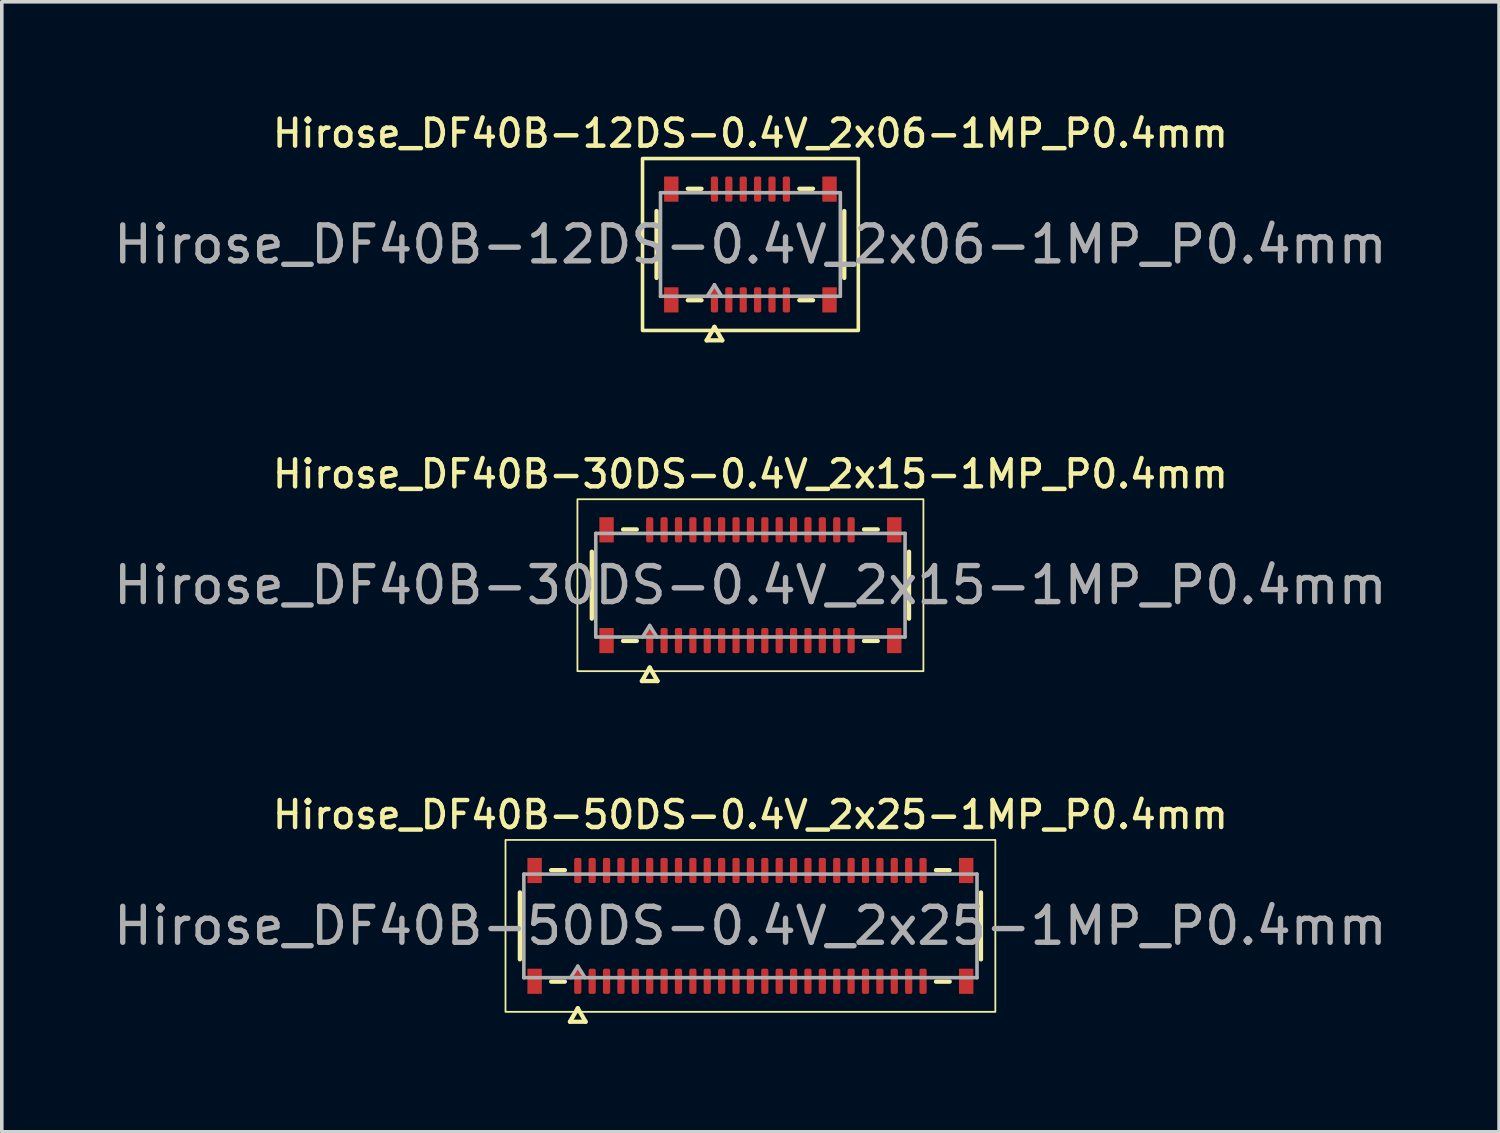
<source format=kicad_pcb>
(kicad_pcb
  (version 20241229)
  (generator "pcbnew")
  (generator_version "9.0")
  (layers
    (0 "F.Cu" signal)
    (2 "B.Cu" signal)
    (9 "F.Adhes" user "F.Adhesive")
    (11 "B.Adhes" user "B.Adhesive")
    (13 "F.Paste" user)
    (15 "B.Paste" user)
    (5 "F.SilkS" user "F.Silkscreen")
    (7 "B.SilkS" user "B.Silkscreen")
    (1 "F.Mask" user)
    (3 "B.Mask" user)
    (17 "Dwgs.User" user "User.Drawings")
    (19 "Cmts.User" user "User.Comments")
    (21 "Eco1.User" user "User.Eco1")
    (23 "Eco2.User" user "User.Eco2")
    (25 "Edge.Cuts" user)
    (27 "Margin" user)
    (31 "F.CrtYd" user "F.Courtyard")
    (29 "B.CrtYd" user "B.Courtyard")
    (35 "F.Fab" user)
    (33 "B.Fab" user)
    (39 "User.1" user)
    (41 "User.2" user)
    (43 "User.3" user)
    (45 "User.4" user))
  (footprint "Hirose_DF40B-30DS-0.4V_2x15-1MP_P0.4mm"
    (layer "F.Cu")
    (at 17.815 13.221)
    (property "Reference" "Hirose_DF40B-30DS-0.4V_2x15-1MP_P0.4mm" (at 0 -3.09 0) (layer "F.SilkS") (effects (font (size 0.75 0.75) (thickness 0.125))))
    (attr smd)
    (fp_line (start -4.41 0.93) (end -4.41 -0.93) (stroke (width 0.12) (type solid)) (layer "F.SilkS"))
    (fp_line (start -3.54 -1.55) (end -3.16 -1.55) (stroke (width 0.12) (type solid)) (layer "F.SilkS"))
    (fp_line (start -3.16 1.55) (end -3.54 1.55) (stroke (width 0.12) (type solid)) (layer "F.SilkS"))
    (fp_line (start -3.017 2.665) (end -2.8 2.29) (stroke (width 0.12) (type solid)) (layer "F.SilkS"))
    (fp_line (start -2.8 2.29) (end -2.583 2.665) (stroke (width 0.12) (type solid)) (layer "F.SilkS"))
    (fp_line (start -2.583 2.665) (end -3.017 2.665) (stroke (width 0.12) (type solid)) (layer "F.SilkS"))
    (fp_line (start 3.16 -1.55) (end 3.54 -1.55) (stroke (width 0.12) (type solid)) (layer "F.SilkS"))
    (fp_line (start 3.54 1.55) (end 3.16 1.55) (stroke (width 0.12) (type solid)) (layer "F.SilkS"))
    (fp_line (start 4.41 -0.93) (end 4.41 0.93) (stroke (width 0.12) (type solid)) (layer "F.SilkS"))
    (fp_rect (start -4.81 -2.39) (end 4.81 2.39) (stroke (width 0.05) (type solid)) (fill no) (layer "F.SilkS"))
    (fp_line (start -4.3 -1.44) (end 4.3 -1.44) (stroke (width 0.1) (type solid)) (layer "F.Fab"))
    (fp_line (start -4.3 1.44) (end -4.3 -1.44) (stroke (width 0.1) (type solid)) (layer "F.Fab"))
    (fp_line (start -3 1.44) (end -2.8 1.12) (stroke (width 0.1) (type solid)) (layer "F.Fab"))
    (fp_line (start -2.8 1.12) (end -2.6 1.44) (stroke (width 0.1) (type solid)) (layer "F.Fab"))
    (fp_line (start 4.3 -1.44) (end 4.3 1.44) (stroke (width 0.1) (type solid)) (layer "F.Fab"))
    (fp_line (start 4.3 1.44) (end -4.3 1.44) (stroke (width 0.1) (type solid)) (layer "F.Fab"))
    (fp_text user "${REFERENCE}" (at 0 0 0) (layer "F.Fab") (effects (font (size 1 1) (thickness 0.15))))
    (pad "1" smd roundrect (at -2.8 1.54) (size 0.2 0.7) (layers "F.Cu" "F.Mask" "F.Paste") (roundrect_rratio 0.25))
    (pad "2" smd roundrect (at -2.8 -1.54) (size 0.2 0.7) (layers "F.Cu" "F.Mask" "F.Paste") (roundrect_rratio 0.25))
    (pad "3" smd roundrect (at -2.4 1.54) (size 0.2 0.7) (layers "F.Cu" "F.Mask" "F.Paste") (roundrect_rratio 0.25))
    (pad "4" smd roundrect (at -2.4 -1.54) (size 0.2 0.7) (layers "F.Cu" "F.Mask" "F.Paste") (roundrect_rratio 0.25))
    (pad "5" smd roundrect (at -2 1.54) (size 0.2 0.7) (layers "F.Cu" "F.Mask" "F.Paste") (roundrect_rratio 0.25))
    (pad "6" smd roundrect (at -2 -1.54) (size 0.2 0.7) (layers "F.Cu" "F.Mask" "F.Paste") (roundrect_rratio 0.25))
    (pad "7" smd roundrect (at -1.6 1.54) (size 0.2 0.7) (layers "F.Cu" "F.Mask" "F.Paste") (roundrect_rratio 0.25))
    (pad "8" smd roundrect (at -1.6 -1.54) (size 0.2 0.7) (layers "F.Cu" "F.Mask" "F.Paste") (roundrect_rratio 0.25))
    (pad "9" smd roundrect (at -1.2 1.54) (size 0.2 0.7) (layers "F.Cu" "F.Mask" "F.Paste") (roundrect_rratio 0.25))
    (pad "10" smd roundrect (at -1.2 -1.54) (size 0.2 0.7) (layers "F.Cu" "F.Mask" "F.Paste") (roundrect_rratio 0.25))
    (pad "11" smd roundrect (at -0.8 1.54) (size 0.2 0.7) (layers "F.Cu" "F.Mask" "F.Paste") (roundrect_rratio 0.25))
    (pad "12" smd roundrect (at -0.8 -1.54) (size 0.2 0.7) (layers "F.Cu" "F.Mask" "F.Paste") (roundrect_rratio 0.25))
    (pad "13" smd roundrect (at -0.4 1.54) (size 0.2 0.7) (layers "F.Cu" "F.Mask" "F.Paste") (roundrect_rratio 0.25))
    (pad "14" smd roundrect (at -0.4 -1.54) (size 0.2 0.7) (layers "F.Cu" "F.Mask" "F.Paste") (roundrect_rratio 0.25))
    (pad "15" smd roundrect (at 0 1.54) (size 0.2 0.7) (layers "F.Cu" "F.Mask" "F.Paste") (roundrect_rratio 0.25))
    (pad "16" smd roundrect (at 0 -1.54) (size 0.2 0.7) (layers "F.Cu" "F.Mask" "F.Paste") (roundrect_rratio 0.25))
    (pad "17" smd roundrect (at 0.4 1.54) (size 0.2 0.7) (layers "F.Cu" "F.Mask" "F.Paste") (roundrect_rratio 0.25))
    (pad "18" smd roundrect (at 0.4 -1.54) (size 0.2 0.7) (layers "F.Cu" "F.Mask" "F.Paste") (roundrect_rratio 0.25))
    (pad "19" smd roundrect (at 0.8 1.54) (size 0.2 0.7) (layers "F.Cu" "F.Mask" "F.Paste") (roundrect_rratio 0.25))
    (pad "20" smd roundrect (at 0.8 -1.54) (size 0.2 0.7) (layers "F.Cu" "F.Mask" "F.Paste") (roundrect_rratio 0.25))
    (pad "21" smd roundrect (at 1.2 1.54) (size 0.2 0.7) (layers "F.Cu" "F.Mask" "F.Paste") (roundrect_rratio 0.25))
    (pad "22" smd roundrect (at 1.2 -1.54) (size 0.2 0.7) (layers "F.Cu" "F.Mask" "F.Paste") (roundrect_rratio 0.25))
    (pad "23" smd roundrect (at 1.6 1.54) (size 0.2 0.7) (layers "F.Cu" "F.Mask" "F.Paste") (roundrect_rratio 0.25))
    (pad "24" smd roundrect (at 1.6 -1.54) (size 0.2 0.7) (layers "F.Cu" "F.Mask" "F.Paste") (roundrect_rratio 0.25))
    (pad "25" smd roundrect (at 2 1.54) (size 0.2 0.7) (layers "F.Cu" "F.Mask" "F.Paste") (roundrect_rratio 0.25))
    (pad "26" smd roundrect (at 2 -1.54) (size 0.2 0.7) (layers "F.Cu" "F.Mask" "F.Paste") (roundrect_rratio 0.25))
    (pad "27" smd roundrect (at 2.4 1.54) (size 0.2 0.7) (layers "F.Cu" "F.Mask" "F.Paste") (roundrect_rratio 0.25))
    (pad "28" smd roundrect (at 2.4 -1.54) (size 0.2 0.7) (layers "F.Cu" "F.Mask" "F.Paste") (roundrect_rratio 0.25))
    (pad "29" smd roundrect (at 2.8 1.54) (size 0.2 0.7) (layers "F.Cu" "F.Mask" "F.Paste") (roundrect_rratio 0.25))
    (pad "30" smd roundrect (at 2.8 -1.54) (size 0.2 0.7) (layers "F.Cu" "F.Mask" "F.Paste") (roundrect_rratio 0.25))
    (pad "MP" smd rect (at -4 -1.54) (size 0.4 0.7) (layers "F.Cu" "F.Mask" "F.Paste"))
    (pad "MP" smd rect (at -4 1.54) (size 0.4 0.7) (layers "F.Cu" "F.Mask" "F.Paste"))
    (pad "MP" smd rect (at 4 -1.54) (size 0.4 0.7) (layers "F.Cu" "F.Mask" "F.Paste"))
    (pad "MP" smd rect (at 4 1.54) (size 0.4 0.7) (layers "F.Cu" "F.Mask" "F.Paste")))
  (footprint "Hirose_DF40B-12DS-0.4V_2x06-1MP_P0.4mm"
    (layer "F.Cu")
    (at 17.815 3.748)
    (property "Reference" "Hirose_DF40B-12DS-0.4V_2x06-1MP_P0.4mm" (at 0 -3.09 0) (layer "F.SilkS") (effects (font (size 0.75 0.75) (thickness 0.125))))
    (attr smd)
    (fp_line (start -2.61 0.93) (end -2.61 -0.93) (stroke (width 0.12) (type solid)) (layer "F.SilkS"))
    (fp_line (start -1.74 -1.55) (end -1.36 -1.55) (stroke (width 0.12) (type solid)) (layer "F.SilkS"))
    (fp_line (start -1.36 1.55) (end -1.74 1.55) (stroke (width 0.12) (type solid)) (layer "F.SilkS"))
    (fp_line (start -1.217 2.665) (end -1 2.29) (stroke (width 0.12) (type solid)) (layer "F.SilkS"))
    (fp_line (start -1 2.29) (end -0.783 2.665) (stroke (width 0.12) (type solid)) (layer "F.SilkS"))
    (fp_line (start -0.783 2.665) (end -1.217 2.665) (stroke (width 0.12) (type solid)) (layer "F.SilkS"))
    (fp_line (start 1.36 -1.55) (end 1.74 -1.55) (stroke (width 0.12) (type solid)) (layer "F.SilkS"))
    (fp_line (start 1.74 1.55) (end 1.36 1.55) (stroke (width 0.12) (type solid)) (layer "F.SilkS"))
    (fp_line (start 2.61 -0.93) (end 2.61 0.93) (stroke (width 0.12) (type solid)) (layer "F.SilkS"))
    (fp_rect (start -3 -2.39) (end 3 2.39) (stroke (width 0.1) (type solid)) (fill no) (layer "F.SilkS"))
    (fp_line (start -2.5 -1.44) (end 2.5 -1.44) (stroke (width 0.1) (type solid)) (layer "F.Fab"))
    (fp_line (start -2.5 1.44) (end -2.5 -1.44) (stroke (width 0.1) (type solid)) (layer "F.Fab"))
    (fp_line (start -1.2 1.44) (end -1 1.12) (stroke (width 0.1) (type solid)) (layer "F.Fab"))
    (fp_line (start -1 1.12) (end -0.8 1.44) (stroke (width 0.1) (type solid)) (layer "F.Fab"))
    (fp_line (start 2.5 -1.44) (end 2.5 1.44) (stroke (width 0.1) (type solid)) (layer "F.Fab"))
    (fp_line (start 2.5 1.44) (end -2.5 1.44) (stroke (width 0.1) (type solid)) (layer "F.Fab"))
    (fp_text user "${REFERENCE}" (at 0 0 0) (layer "F.Fab") (effects (font (size 1 1) (thickness 0.15))))
    (pad "1" smd roundrect (at -1 1.54) (size 0.2 0.7) (layers "F.Cu" "F.Mask" "F.Paste") (roundrect_rratio 0.25))
    (pad "2" smd roundrect (at -1 -1.54) (size 0.2 0.7) (layers "F.Cu" "F.Mask" "F.Paste") (roundrect_rratio 0.25))
    (pad "3" smd roundrect (at -0.6 1.54) (size 0.2 0.7) (layers "F.Cu" "F.Mask" "F.Paste") (roundrect_rratio 0.25))
    (pad "4" smd roundrect (at -0.6 -1.54) (size 0.2 0.7) (layers "F.Cu" "F.Mask" "F.Paste") (roundrect_rratio 0.25))
    (pad "5" smd roundrect (at -0.2 1.54) (size 0.2 0.7) (layers "F.Cu" "F.Mask" "F.Paste") (roundrect_rratio 0.25))
    (pad "6" smd roundrect (at -0.2 -1.54) (size 0.2 0.7) (layers "F.Cu" "F.Mask" "F.Paste") (roundrect_rratio 0.25))
    (pad "7" smd roundrect (at 0.2 1.54) (size 0.2 0.7) (layers "F.Cu" "F.Mask" "F.Paste") (roundrect_rratio 0.25))
    (pad "8" smd roundrect (at 0.2 -1.54) (size 0.2 0.7) (layers "F.Cu" "F.Mask" "F.Paste") (roundrect_rratio 0.25))
    (pad "9" smd roundrect (at 0.6 1.54) (size 0.2 0.7) (layers "F.Cu" "F.Mask" "F.Paste") (roundrect_rratio 0.25))
    (pad "10" smd roundrect (at 0.6 -1.54) (size 0.2 0.7) (layers "F.Cu" "F.Mask" "F.Paste") (roundrect_rratio 0.25))
    (pad "11" smd roundrect (at 1 1.54) (size 0.2 0.7) (layers "F.Cu" "F.Mask" "F.Paste") (roundrect_rratio 0.25))
    (pad "12" smd roundrect (at 1 -1.54) (size 0.2 0.7) (layers "F.Cu" "F.Mask" "F.Paste") (roundrect_rratio 0.25))
    (pad "MP" smd rect (at -2.2 -1.54) (size 0.4 0.7) (layers "F.Cu" "F.Mask" "F.Paste"))
    (pad "MP" smd rect (at -2.2 1.54) (size 0.4 0.7) (layers "F.Cu" "F.Mask" "F.Paste"))
    (pad "MP" smd rect (at 2.2 -1.54) (size 0.4 0.7) (layers "F.Cu" "F.Mask" "F.Paste"))
    (pad "MP" smd rect (at 2.2 1.54) (size 0.4 0.7) (layers "F.Cu" "F.Mask" "F.Paste")))
  (footprint "Hirose_DF40B-50DS-0.4V_2x25-1MP_P0.4mm"
    (layer "F.Cu")
    (at 17.815 22.694)
    (property "Reference" "Hirose_DF40B-50DS-0.4V_2x25-1MP_P0.4mm" (at 0 -3.09 0) (layer "F.SilkS") (effects (font (size 0.75 0.75) (thickness 0.125))))
    (attr smd)
    (fp_line (start -6.41 0.93) (end -6.41 -0.93) (stroke (width 0.12) (type solid)) (layer "F.SilkS"))
    (fp_line (start -5.54 -1.55) (end -5.16 -1.55) (stroke (width 0.12) (type solid)) (layer "F.SilkS"))
    (fp_line (start -5.16 1.55) (end -5.54 1.55) (stroke (width 0.12) (type solid)) (layer "F.SilkS"))
    (fp_line (start -5.017 2.665) (end -4.8 2.29) (stroke (width 0.12) (type solid)) (layer "F.SilkS"))
    (fp_line (start -4.8 2.29) (end -4.583 2.665) (stroke (width 0.12) (type solid)) (layer "F.SilkS"))
    (fp_line (start -4.583 2.665) (end -5.017 2.665) (stroke (width 0.12) (type solid)) (layer "F.SilkS"))
    (fp_line (start 5.16 -1.55) (end 5.54 -1.55) (stroke (width 0.12) (type solid)) (layer "F.SilkS"))
    (fp_line (start 5.54 1.55) (end 5.16 1.55) (stroke (width 0.12) (type solid)) (layer "F.SilkS"))
    (fp_line (start 6.41 -0.93) (end 6.41 0.93) (stroke (width 0.12) (type solid)) (layer "F.SilkS"))
    (fp_rect (start -6.81 -2.39) (end 6.81 2.39) (stroke (width 0.05) (type solid)) (fill no) (layer "F.SilkS"))
    (fp_line (start -6.3 -1.44) (end 6.3 -1.44) (stroke (width 0.1) (type solid)) (layer "F.Fab"))
    (fp_line (start -6.3 1.44) (end -6.3 -1.44) (stroke (width 0.1) (type solid)) (layer "F.Fab"))
    (fp_line (start -5 1.44) (end -4.8 1.12) (stroke (width 0.1) (type solid)) (layer "F.Fab"))
    (fp_line (start -4.8 1.12) (end -4.6 1.44) (stroke (width 0.1) (type solid)) (layer "F.Fab"))
    (fp_line (start 6.3 -1.44) (end 6.3 1.44) (stroke (width 0.1) (type solid)) (layer "F.Fab"))
    (fp_line (start 6.3 1.44) (end -6.3 1.44) (stroke (width 0.1) (type solid)) (layer "F.Fab"))
    (fp_text user "${REFERENCE}" (at 0 0 0) (layer "F.Fab") (effects (font (size 1 1) (thickness 0.15))))
    (pad "1" smd roundrect (at -4.8 1.54) (size 0.2 0.7) (layers "F.Cu" "F.Mask" "F.Paste") (roundrect_rratio 0.25))
    (pad "2" smd roundrect (at -4.8 -1.54) (size 0.2 0.7) (layers "F.Cu" "F.Mask" "F.Paste") (roundrect_rratio 0.25))
    (pad "3" smd roundrect (at -4.4 1.54) (size 0.2 0.7) (layers "F.Cu" "F.Mask" "F.Paste") (roundrect_rratio 0.25))
    (pad "4" smd roundrect (at -4.4 -1.54) (size 0.2 0.7) (layers "F.Cu" "F.Mask" "F.Paste") (roundrect_rratio 0.25))
    (pad "5" smd roundrect (at -4 1.54) (size 0.2 0.7) (layers "F.Cu" "F.Mask" "F.Paste") (roundrect_rratio 0.25))
    (pad "6" smd roundrect (at -4 -1.54) (size 0.2 0.7) (layers "F.Cu" "F.Mask" "F.Paste") (roundrect_rratio 0.25))
    (pad "7" smd roundrect (at -3.6 1.54) (size 0.2 0.7) (layers "F.Cu" "F.Mask" "F.Paste") (roundrect_rratio 0.25))
    (pad "8" smd roundrect (at -3.6 -1.54) (size 0.2 0.7) (layers "F.Cu" "F.Mask" "F.Paste") (roundrect_rratio 0.25))
    (pad "9" smd roundrect (at -3.2 1.54) (size 0.2 0.7) (layers "F.Cu" "F.Mask" "F.Paste") (roundrect_rratio 0.25))
    (pad "10" smd roundrect (at -3.2 -1.54) (size 0.2 0.7) (layers "F.Cu" "F.Mask" "F.Paste") (roundrect_rratio 0.25))
    (pad "11" smd roundrect (at -2.8 1.54) (size 0.2 0.7) (layers "F.Cu" "F.Mask" "F.Paste") (roundrect_rratio 0.25))
    (pad "12" smd roundrect (at -2.8 -1.54) (size 0.2 0.7) (layers "F.Cu" "F.Mask" "F.Paste") (roundrect_rratio 0.25))
    (pad "13" smd roundrect (at -2.4 1.54) (size 0.2 0.7) (layers "F.Cu" "F.Mask" "F.Paste") (roundrect_rratio 0.25))
    (pad "14" smd roundrect (at -2.4 -1.54) (size 0.2 0.7) (layers "F.Cu" "F.Mask" "F.Paste") (roundrect_rratio 0.25))
    (pad "15" smd roundrect (at -2 1.54) (size 0.2 0.7) (layers "F.Cu" "F.Mask" "F.Paste") (roundrect_rratio 0.25))
    (pad "16" smd roundrect (at -2 -1.54) (size 0.2 0.7) (layers "F.Cu" "F.Mask" "F.Paste") (roundrect_rratio 0.25))
    (pad "17" smd roundrect (at -1.6 1.54) (size 0.2 0.7) (layers "F.Cu" "F.Mask" "F.Paste") (roundrect_rratio 0.25))
    (pad "18" smd roundrect (at -1.6 -1.54) (size 0.2 0.7) (layers "F.Cu" "F.Mask" "F.Paste") (roundrect_rratio 0.25))
    (pad "19" smd roundrect (at -1.2 1.54) (size 0.2 0.7) (layers "F.Cu" "F.Mask" "F.Paste") (roundrect_rratio 0.25))
    (pad "20" smd roundrect (at -1.2 -1.54) (size 0.2 0.7) (layers "F.Cu" "F.Mask" "F.Paste") (roundrect_rratio 0.25))
    (pad "21" smd roundrect (at -0.8 1.54) (size 0.2 0.7) (layers "F.Cu" "F.Mask" "F.Paste") (roundrect_rratio 0.25))
    (pad "22" smd roundrect (at -0.8 -1.54) (size 0.2 0.7) (layers "F.Cu" "F.Mask" "F.Paste") (roundrect_rratio 0.25))
    (pad "23" smd roundrect (at -0.4 1.54) (size 0.2 0.7) (layers "F.Cu" "F.Mask" "F.Paste") (roundrect_rratio 0.25))
    (pad "24" smd roundrect (at -0.4 -1.54) (size 0.2 0.7) (layers "F.Cu" "F.Mask" "F.Paste") (roundrect_rratio 0.25))
    (pad "25" smd roundrect (at 0 1.54) (size 0.2 0.7) (layers "F.Cu" "F.Mask" "F.Paste") (roundrect_rratio 0.25))
    (pad "26" smd roundrect (at 0 -1.54) (size 0.2 0.7) (layers "F.Cu" "F.Mask" "F.Paste") (roundrect_rratio 0.25))
    (pad "27" smd roundrect (at 0.4 1.54) (size 0.2 0.7) (layers "F.Cu" "F.Mask" "F.Paste") (roundrect_rratio 0.25))
    (pad "28" smd roundrect (at 0.4 -1.54) (size 0.2 0.7) (layers "F.Cu" "F.Mask" "F.Paste") (roundrect_rratio 0.25))
    (pad "29" smd roundrect (at 0.8 1.54) (size 0.2 0.7) (layers "F.Cu" "F.Mask" "F.Paste") (roundrect_rratio 0.25))
    (pad "30" smd roundrect (at 0.8 -1.54) (size 0.2 0.7) (layers "F.Cu" "F.Mask" "F.Paste") (roundrect_rratio 0.25))
    (pad "31" smd roundrect (at 1.2 1.54) (size 0.2 0.7) (layers "F.Cu" "F.Mask" "F.Paste") (roundrect_rratio 0.25))
    (pad "32" smd roundrect (at 1.2 -1.54) (size 0.2 0.7) (layers "F.Cu" "F.Mask" "F.Paste") (roundrect_rratio 0.25))
    (pad "33" smd roundrect (at 1.6 1.54) (size 0.2 0.7) (layers "F.Cu" "F.Mask" "F.Paste") (roundrect_rratio 0.25))
    (pad "34" smd roundrect (at 1.6 -1.54) (size 0.2 0.7) (layers "F.Cu" "F.Mask" "F.Paste") (roundrect_rratio 0.25))
    (pad "35" smd roundrect (at 2 1.54) (size 0.2 0.7) (layers "F.Cu" "F.Mask" "F.Paste") (roundrect_rratio 0.25))
    (pad "36" smd roundrect (at 2 -1.54) (size 0.2 0.7) (layers "F.Cu" "F.Mask" "F.Paste") (roundrect_rratio 0.25))
    (pad "37" smd roundrect (at 2.4 1.54) (size 0.2 0.7) (layers "F.Cu" "F.Mask" "F.Paste") (roundrect_rratio 0.25))
    (pad "38" smd roundrect (at 2.4 -1.54) (size 0.2 0.7) (layers "F.Cu" "F.Mask" "F.Paste") (roundrect_rratio 0.25))
    (pad "39" smd roundrect (at 2.8 1.54) (size 0.2 0.7) (layers "F.Cu" "F.Mask" "F.Paste") (roundrect_rratio 0.25))
    (pad "40" smd roundrect (at 2.8 -1.54) (size 0.2 0.7) (layers "F.Cu" "F.Mask" "F.Paste") (roundrect_rratio 0.25))
    (pad "41" smd roundrect (at 3.2 1.54) (size 0.2 0.7) (layers "F.Cu" "F.Mask" "F.Paste") (roundrect_rratio 0.25))
    (pad "42" smd roundrect (at 3.2 -1.54) (size 0.2 0.7) (layers "F.Cu" "F.Mask" "F.Paste") (roundrect_rratio 0.25))
    (pad "43" smd roundrect (at 3.6 1.54) (size 0.2 0.7) (layers "F.Cu" "F.Mask" "F.Paste") (roundrect_rratio 0.25))
    (pad "44" smd roundrect (at 3.6 -1.54) (size 0.2 0.7) (layers "F.Cu" "F.Mask" "F.Paste") (roundrect_rratio 0.25))
    (pad "45" smd roundrect (at 4 1.54) (size 0.2 0.7) (layers "F.Cu" "F.Mask" "F.Paste") (roundrect_rratio 0.25))
    (pad "46" smd roundrect (at 4 -1.54) (size 0.2 0.7) (layers "F.Cu" "F.Mask" "F.Paste") (roundrect_rratio 0.25))
    (pad "47" smd roundrect (at 4.4 1.54) (size 0.2 0.7) (layers "F.Cu" "F.Mask" "F.Paste") (roundrect_rratio 0.25))
    (pad "48" smd roundrect (at 4.4 -1.54) (size 0.2 0.7) (layers "F.Cu" "F.Mask" "F.Paste") (roundrect_rratio 0.25))
    (pad "49" smd roundrect (at 4.8 1.54) (size 0.2 0.7) (layers "F.Cu" "F.Mask" "F.Paste") (roundrect_rratio 0.25))
    (pad "50" smd roundrect (at 4.8 -1.54) (size 0.2 0.7) (layers "F.Cu" "F.Mask" "F.Paste") (roundrect_rratio 0.25))
    (pad "MP" smd rect (at -6 -1.54) (size 0.4 0.7) (layers "F.Cu" "F.Mask" "F.Paste"))
    (pad "MP" smd rect (at -6 1.54) (size 0.4 0.7) (layers "F.Cu" "F.Mask" "F.Paste"))
    (pad "MP" smd rect (at 6 -1.54) (size 0.4 0.7) (layers "F.Cu" "F.Mask" "F.Paste"))
    (pad "MP" smd rect (at 6 1.54) (size 0.4 0.7) (layers "F.Cu" "F.Mask" "F.Paste")))
  (gr_rect
    (start -3 -3)
    (end 38.631 28.419)
    (stroke (width 0.1) (type default))
    (fill no)
    (layer "Edge.Cuts")))
</source>
